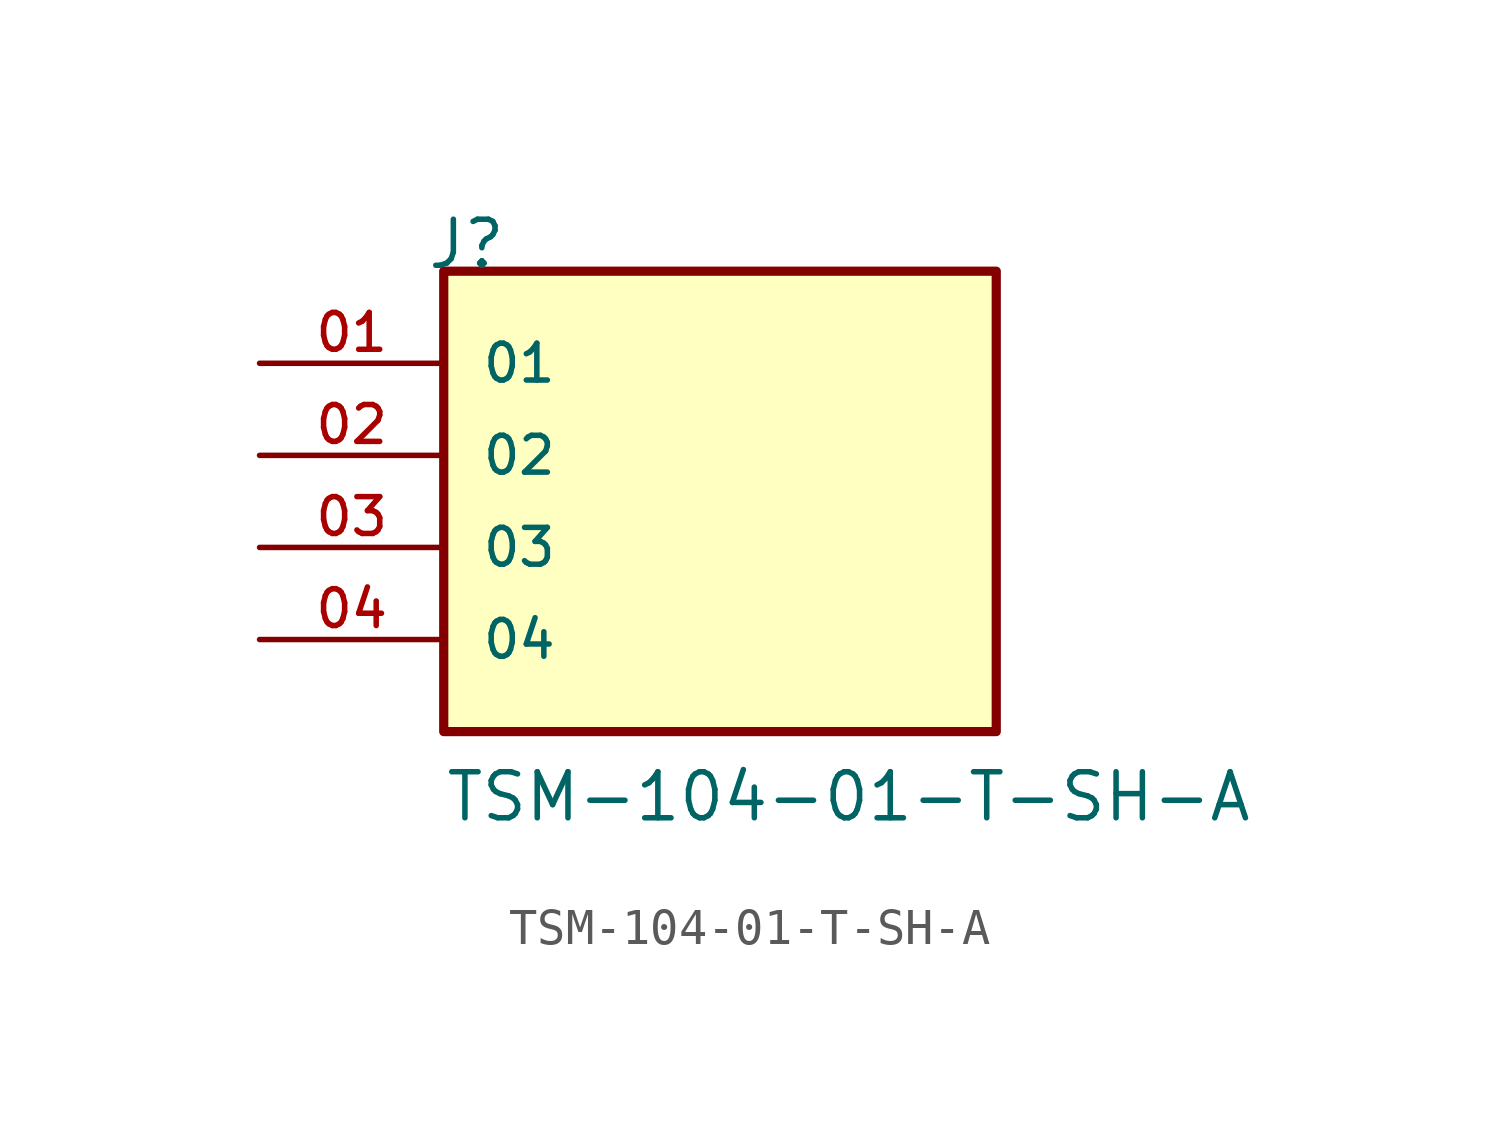
<source format=kicad_sym>
(kicad_symbol_lib
  (version 20211014)
  (generator kicad_symbol_editor)
  (symbol "TSM-104-01-T-SH-A"
    (pin_names
      (offset 1.016))
    (property "Reference" "J"
      (at -8.12 7.62 0)
      (effects (font (size 1.27 1.27)) (justify bottom left)))
    (property "Value" "TSM-104-01-T-SH-A"
      (at -7.62 -7.62 0)
      (effects (font (size 1.27 1.27)) (justify bottom left)))
    (symbol "TSM-104-01-T-SH-A_0_0"
      (rectangle (start -7.62 -5.08) (end 7.62 7.62) (stroke (width 0.254)) (fill (type background)))
      (pin passive line (at -12.7 5.08 0) (length 5.08) (name "01" (effects (font (size 1.016 1.016)))) (number "01" (effects (font (size 1.016 1.016)))))
      (pin passive line (at -12.7 2.54 0) (length 5.08) (name "02" (effects (font (size 1.016 1.016)))) (number "02" (effects (font (size 1.016 1.016)))))
      (pin passive line (at -12.7 0.0 0) (length 5.08) (name "03" (effects (font (size 1.016 1.016)))) (number "03" (effects (font (size 1.016 1.016)))))
      (pin passive line (at -12.7 -2.54 0) (length 5.08) (name "04" (effects (font (size 1.016 1.016)))) (number "04" (effects (font (size 1.016 1.016))))))))
</source>
